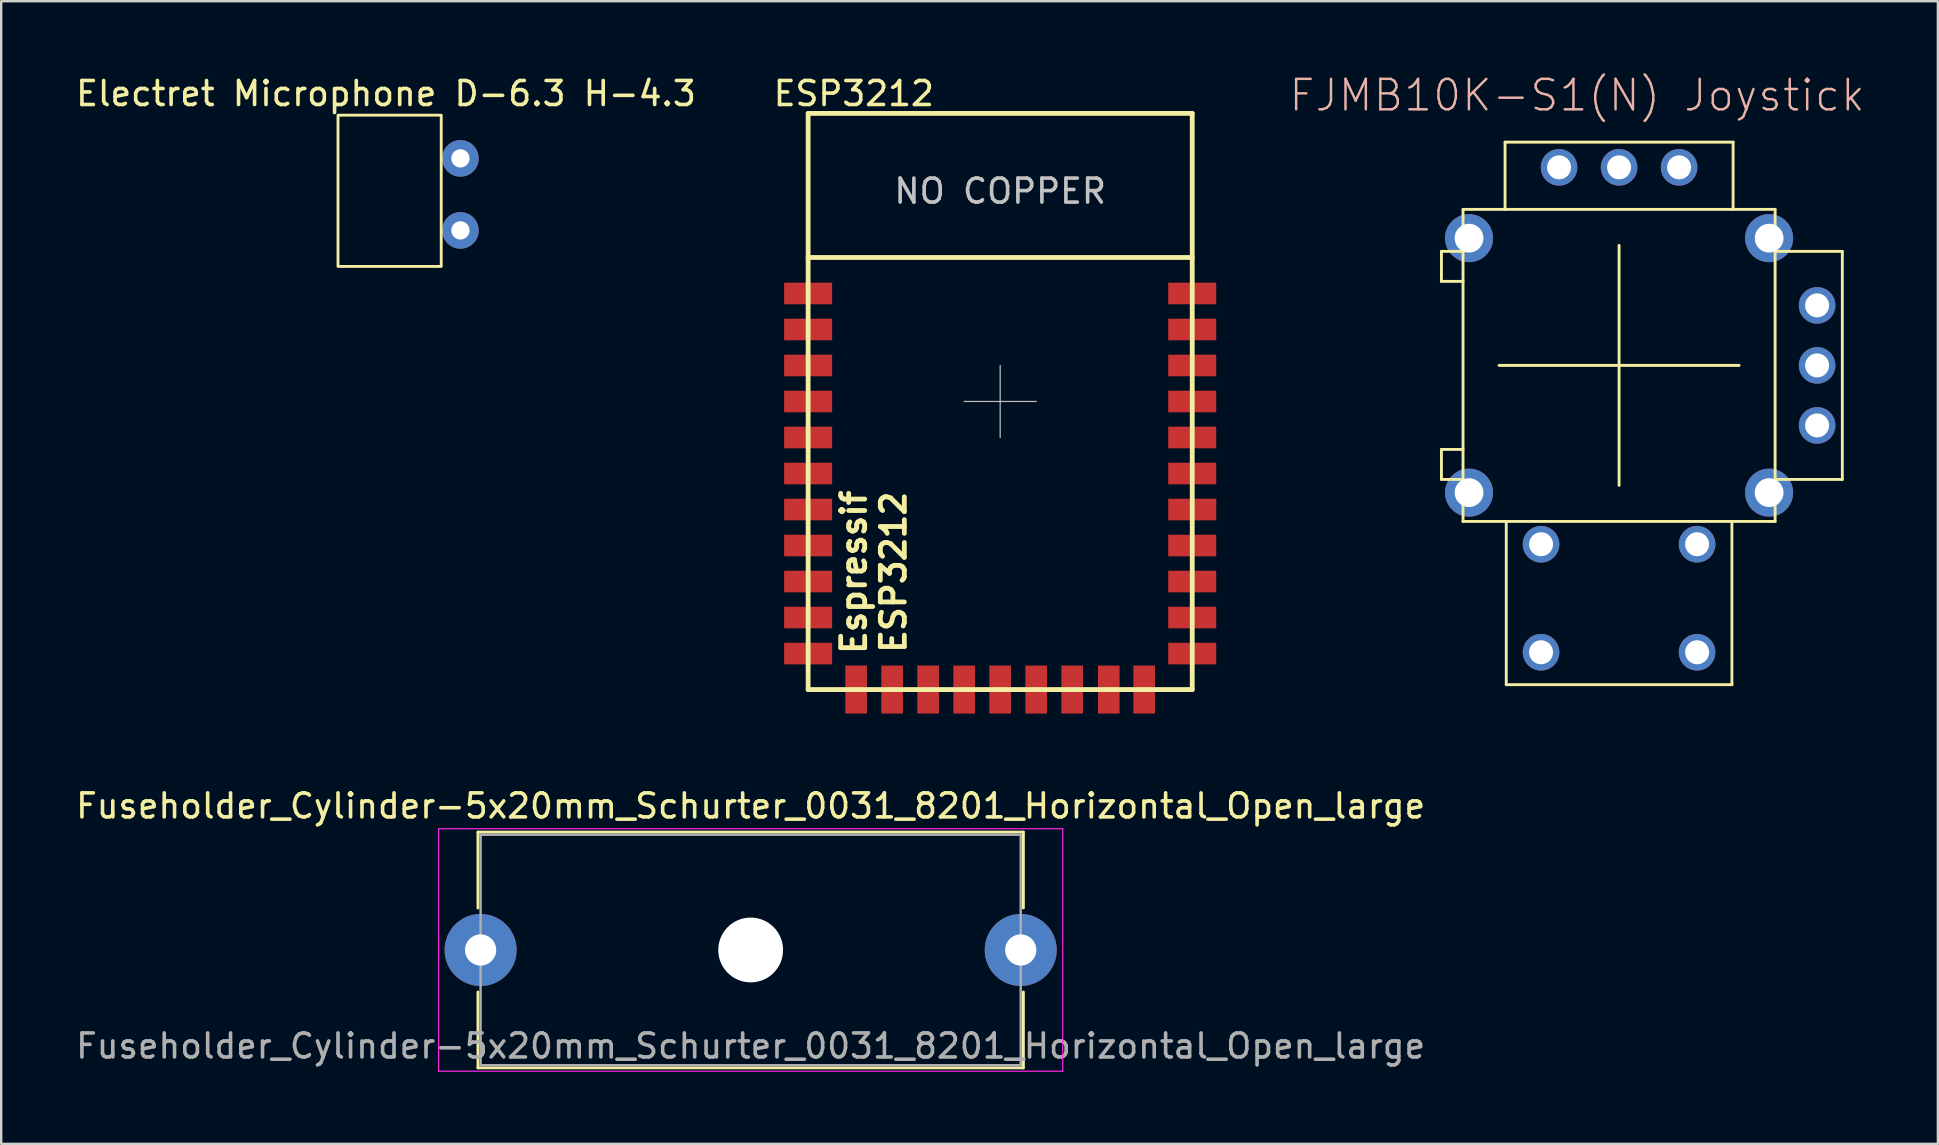
<source format=kicad_pcb>
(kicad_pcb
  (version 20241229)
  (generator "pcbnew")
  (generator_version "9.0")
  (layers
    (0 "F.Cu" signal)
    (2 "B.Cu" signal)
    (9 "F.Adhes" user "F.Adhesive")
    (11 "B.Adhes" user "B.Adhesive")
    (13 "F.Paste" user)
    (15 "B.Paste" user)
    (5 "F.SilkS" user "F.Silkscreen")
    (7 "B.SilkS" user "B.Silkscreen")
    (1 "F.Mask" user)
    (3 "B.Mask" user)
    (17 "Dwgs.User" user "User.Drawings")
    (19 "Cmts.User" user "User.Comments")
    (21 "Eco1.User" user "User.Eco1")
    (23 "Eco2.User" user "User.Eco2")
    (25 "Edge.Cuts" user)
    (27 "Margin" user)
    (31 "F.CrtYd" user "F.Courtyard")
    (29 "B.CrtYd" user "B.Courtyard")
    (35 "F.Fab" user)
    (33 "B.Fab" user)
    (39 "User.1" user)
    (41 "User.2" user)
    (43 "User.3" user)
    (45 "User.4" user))
  (footprint "ESP3212"
    (layer "F.Cu")
    (at 38.614 13.675)
    (property "Reference" "ESP3212" (at -6.096 -12.827 0) (layer "F.SilkS") (effects (font (size 1 1) (thickness 0.15))))
    (attr through_hole)
    (fp_line (start -8 -12) (end 8 -12) (stroke (width 0.2) (type solid)) (layer "F.SilkS"))
    (fp_line (start -8 -6) (end 8 -6) (stroke (width 0.2) (type solid)) (layer "F.SilkS"))
    (fp_line (start -8 12) (end -8 -12) (stroke (width 0.2) (type solid)) (layer "F.SilkS"))
    (fp_line (start 8 -12) (end 8 12) (stroke (width 0.2) (type solid)) (layer "F.SilkS"))
    (fp_line (start 8 12) (end -8 12) (stroke (width 0.2) (type solid)) (layer "F.SilkS"))
    (fp_line (start 0 -1.5) (end 0 1.5) (stroke (width 0.05) (type solid)) (layer "Dwgs.User"))
    (fp_line (start 1.5 0) (end -1.5 0) (stroke (width 0.05) (type solid)) (layer "Dwgs.User"))
    (fp_text user "ESP3212" (at -4.445 7.112 90) (layer "F.SilkS") (effects (font (size 1 1) (thickness 0.2))))
    (fp_text user "Espressif" (at -6.096 7.112 90) (layer "F.SilkS") (effects (font (size 1 1) (thickness 0.2))))
    (fp_text user "NO COPPER" (at 0 -8.763 0) (layer "Dwgs.User") (effects (font (size 1 1) (thickness 0.15))))
    (pad "2" smd rect (at -8 -3) (size 2 0.9) (layers "F.Cu" "F.Mask" "F.Paste"))
    (pad "3" smd rect (at -8 -1.5) (size 2 0.9) (layers "F.Cu" "F.Mask" "F.Paste"))
    (pad "4" smd rect (at -8 0) (size 2 0.9) (layers "F.Cu" "F.Mask" "F.Paste"))
    (pad "5" smd rect (at -8 1.5) (size 2 0.9) (layers "F.Cu" "F.Mask" "F.Paste"))
    (pad "6" smd rect (at -8 3) (size 2 0.9) (layers "F.Cu" "F.Mask" "F.Paste"))
    (pad "7" smd rect (at -8 4.5) (size 2 0.9) (layers "F.Cu" "F.Mask" "F.Paste"))
    (pad "8" smd rect (at -8 6) (size 2 0.9) (layers "F.Cu" "F.Mask" "F.Paste"))
    (pad "9" smd rect (at -8 7.5) (size 2 0.9) (layers "F.Cu" "F.Mask" "F.Paste"))
    (pad "10" smd rect (at -8 9) (size 2 0.9) (layers "F.Cu" "F.Mask" "F.Paste"))
    (pad "11" smd rect (at -8 10.5) (size 2 0.9) (layers "F.Cu" "F.Mask" "F.Paste"))
    (pad "12" smd rect (at -6 12) (size 0.9 2) (layers "F.Cu" "F.Mask" "F.Paste"))
    (pad "13" smd rect (at -4.5 12) (size 0.9 2) (layers "F.Cu" "F.Mask" "F.Paste"))
    (pad "14" smd rect (at -3 12) (size 0.9 2) (layers "F.Cu" "F.Mask" "F.Paste"))
    (pad "15" smd rect (at -1.5 12) (size 0.9 2) (layers "F.Cu" "F.Mask" "F.Paste"))
    (pad "16" smd rect (at 0 12) (size 0.9 2) (layers "F.Cu" "F.Mask" "F.Paste"))
    (pad "17" smd rect (at 1.5 12) (size 0.9 2) (layers "F.Cu" "F.Mask" "F.Paste"))
    (pad "18" smd rect (at 3 12) (size 0.9 2) (layers "F.Cu" "F.Mask" "F.Paste"))
    (pad "19" smd rect (at 4.524 12) (size 0.9 2) (layers "F.Cu" "F.Mask" "F.Paste"))
    (pad "20" smd rect (at 6 12) (size 0.9 2) (layers "F.Cu" "F.Mask" "F.Paste"))
    (pad "21" smd rect (at -8 -4.5) (size 2 0.9) (layers "F.Cu" "F.Mask" "F.Paste"))
    (pad "21" smd rect (at 8 10.5) (size 2 0.9) (layers "F.Cu" "F.Mask" "F.Paste"))
    (pad "22" smd rect (at 8 9) (size 2 0.9) (layers "F.Cu" "F.Mask" "F.Paste"))
    (pad "23" smd rect (at 8 7.5) (size 2 0.9) (layers "F.Cu" "F.Mask" "F.Paste"))
    (pad "24" smd rect (at 8 6) (size 2 0.9) (layers "F.Cu" "F.Mask" "F.Paste"))
    (pad "25" smd rect (at 8.001 4.5) (size 2 0.9) (layers "F.Cu" "F.Mask" "F.Paste"))
    (pad "26" smd rect (at 8 3) (size 2 0.9) (layers "F.Cu" "F.Mask" "F.Paste"))
    (pad "27" smd rect (at 8 1.5) (size 2 0.9) (layers "F.Cu" "F.Mask" "F.Paste"))
    (pad "28" smd rect (at 8 0) (size 2 0.9) (layers "F.Cu" "F.Mask" "F.Paste"))
    (pad "29" smd rect (at 8 -1.5) (size 2 0.9) (layers "F.Cu" "F.Mask" "F.Paste"))
    (pad "30" smd rect (at 8 -3) (size 2 0.9) (layers "F.Cu" "F.Mask" "F.Paste"))
    (pad "31" smd rect (at 8 -4.5) (size 2 0.9) (layers "F.Cu" "F.Mask" "F.Paste")))
  (footprint "FJMB10K-S1(N) Joystick"
    (layer "F.Cu")
    (at 64.395 12.171)
    (property "Reference" "FJMB10K-S1(N) Joystick" (at -1.75 -11.25 0) (layer "B.SilkS") (effects (font (size 1.27 1.27) (thickness 0.102))))
    (attr exclude_from_pos_files exclude_from_bom)
    (fp_line (start -7.4 -4.75) (end -7.4 -3.5) (stroke (width 0.12) (type default)) (layer "F.SilkS"))
    (fp_line (start -7.4 -3.5) (end -6.5 -3.5) (stroke (width 0.12) (type default)) (layer "F.SilkS"))
    (fp_line (start -7.4 3.5) (end -6.5 3.5) (stroke (width 0.12) (type default)) (layer "F.SilkS"))
    (fp_line (start -7.4 4.75) (end -7.4 3.5) (stroke (width 0.12) (type default)) (layer "F.SilkS"))
    (fp_line (start -6.5 -6.5) (end 6.5 -6.5) (stroke (width 0.12) (type default)) (layer "F.SilkS"))
    (fp_line (start -6.5 4.75) (end -7.4 4.75) (stroke (width 0.12) (type default)) (layer "F.SilkS"))
    (fp_line (start -6.5 6.5) (end -6.5 -6.5) (stroke (width 0.12) (type default)) (layer "F.SilkS"))
    (fp_line (start -6.45 -4.75) (end -7.4 -4.75) (stroke (width 0.12) (type default)) (layer "F.SilkS"))
    (fp_line (start -4.75 -9.3) (end 4.75 -9.3) (stroke (width 0.12) (type default)) (layer "F.SilkS"))
    (fp_line (start -4.75 -6.5) (end -4.75 -9.3) (stroke (width 0.12) (type default)) (layer "F.SilkS"))
    (fp_line (start -4.7 6.5) (end -4.7 13.3) (stroke (width 0.12) (type default)) (layer "F.SilkS"))
    (fp_line (start -4.7 13.3) (end 4.7 13.3) (stroke (width 0.12) (type default)) (layer "F.SilkS"))
    (fp_line (start 0 0) (end -5 0) (stroke (width 0.12) (type default)) (layer "F.SilkS"))
    (fp_line (start 0 0) (end 0 -5) (stroke (width 0.12) (type default)) (layer "F.SilkS"))
    (fp_line (start 0 0) (end 0 5) (stroke (width 0.12) (type default)) (layer "F.SilkS"))
    (fp_line (start 0 0) (end 5 0) (stroke (width 0.12) (type default)) (layer "F.SilkS"))
    (fp_line (start 4.7 13.3) (end 4.7 6.5) (stroke (width 0.12) (type default)) (layer "F.SilkS"))
    (fp_line (start 4.75 -9.3) (end 4.75 -6.5) (stroke (width 0.12) (type default)) (layer "F.SilkS"))
    (fp_line (start 6.5 -6.5) (end 6.5 6.5) (stroke (width 0.12) (type default)) (layer "F.SilkS"))
    (fp_line (start 6.5 -4.75) (end 9.3 -4.75) (stroke (width 0.12) (type default)) (layer "F.SilkS"))
    (fp_line (start 6.5 6.5) (end -6.5 6.5) (stroke (width 0.12) (type default)) (layer "F.SilkS"))
    (fp_line (start 9.3 -4.75) (end 9.3 4.75) (stroke (width 0.12) (type default)) (layer "F.SilkS"))
    (fp_line (start 9.3 4.75) (end 6.5 4.75) (stroke (width 0.12) (type default)) (layer "F.SilkS"))
    (pad "B1A" thru_hole circle (at 3.25 11.95) (size 1.524 1.524) (drill 1) (layers "*.Cu" "*.Mask"))
    (pad "B1B" thru_hole circle (at -3.25 11.95) (size 1.524 1.524) (drill 1) (layers "*.Cu" "*.Mask"))
    (pad "B2A" thru_hole circle (at 3.25 7.45) (size 1.524 1.524) (drill 1) (layers "*.Cu" "*.Mask"))
    (pad "B2B" thru_hole circle (at -3.25 7.45) (size 1.524 1.524) (drill 1) (layers "*.Cu" "*.Mask"))
    (pad "H1" thru_hole circle (at 2.5 -8.25) (size 1.524 1.524) (drill 1) (layers "*.Cu" "*.Mask"))
    (pad "H2" thru_hole circle (at 0 -8.25) (size 1.524 1.524) (drill 1) (layers "*.Cu" "*.Mask"))
    (pad "H3" thru_hole circle (at -2.5 -8.25) (size 1.524 1.524) (drill 1) (layers "*.Cu" "*.Mask"))
    (pad "MOUN" thru_hole circle (at -6.25 -5.3) (size 2 2) (drill 1.2) (layers "*.Cu" "*.Mask"))
    (pad "MOUN" thru_hole circle (at -6.25 5.3) (size 2 2) (drill 1.2) (layers "*.Cu" "*.Mask"))
    (pad "MOUN" thru_hole circle (at 6.25 -5.3) (size 2 2) (drill 1.2) (layers "*.Cu" "*.Mask"))
    (pad "MOUN" thru_hole circle (at 6.25 5.3) (size 2 2) (drill 1.2) (layers "*.Cu" "*.Mask"))
    (pad "V1" thru_hole circle (at 8.25 2.5) (size 1.524 1.524) (drill 1) (layers "*.Cu" "*.Mask"))
    (pad "V2" thru_hole circle (at 8.25 0) (size 1.524 1.524) (drill 1) (layers "*.Cu" "*.Mask"))
    (pad "V3" thru_hole circle (at 8.25 -2.5) (size 1.524 1.524) (drill 1) (layers "*.Cu" "*.Mask")))
  (footprint "Electret Microphone D-6.3 H-4.3"
    (layer "F.Cu")
    (at 16.13 6.548)
    (property "Reference" "Electret Microphone D-6.3 H-4.3" (at -3.1 -5.7 0) (layer "F.SilkS") (effects (font (size 1 1) (thickness 0.15))))
    (attr through_hole)
    (fp_rect (start -0.8 1.5) (end -5.1 -4.8) (stroke (width 0.12) (type solid)) (fill no) (layer "F.SilkS"))
    (pad "1" thru_hole circle (at 0 0) (size 1.524 1.524) (drill 0.762) (layers "*.Cu" "*.Mask"))
    (pad "2" thru_hole circle (at 0 -3) (size 1.524 1.524) (drill 0.762) (layers "*.Cu" "*.Mask")))
  (footprint "Fuseholder_Cylinder-5x20mm_Schurter_0031_8201_Horizontal_Open_large"
    (layer "F.Cu")
    (at 16.97 36.523)
    (property "Reference" "Fuseholder_Cylinder-5x20mm_Schurter_0031_8201_Horizontal_Open_large" (at 11.25 -6 0) (layer "F.SilkS") (effects (font (size 1 1) (thickness 0.15))))
    (attr through_hole)
    (fp_line (start -0.11 -4.91) (end 22.61 -4.91) (stroke (width 0.12) (type solid)) (layer "F.SilkS"))
    (fp_line (start -0.11 -1.75) (end -0.11 -4.91) (stroke (width 0.12) (type solid)) (layer "F.SilkS"))
    (fp_line (start -0.11 4.91) (end -0.11 1.75) (stroke (width 0.12) (type solid)) (layer "F.SilkS"))
    (fp_line (start -0.11 4.91) (end 22.61 4.91) (stroke (width 0.12) (type solid)) (layer "F.SilkS"))
    (fp_line (start 22.61 -1.75) (end 22.61 -4.91) (stroke (width 0.12) (type solid)) (layer "F.SilkS"))
    (fp_line (start 22.61 4.91) (end 22.61 1.75) (stroke (width 0.12) (type solid)) (layer "F.SilkS"))
    (fp_line (start -1.75 -5.05) (end 24.25 -5.05) (stroke (width 0.05) (type solid)) (layer "F.CrtYd"))
    (fp_line (start -1.75 5.05) (end -1.75 -5.05) (stroke (width 0.05) (type solid)) (layer "F.CrtYd"))
    (fp_line (start 24.25 -5.05) (end 24.25 5.05) (stroke (width 0.05) (type solid)) (layer "F.CrtYd"))
    (fp_line (start 24.25 5.05) (end -1.75 5.05) (stroke (width 0.05) (type solid)) (layer "F.CrtYd"))
    (fp_line (start 0 -4.8) (end 0 4.8) (stroke (width 0.1) (type solid)) (layer "F.Fab"))
    (fp_line (start 0 4.8) (end 22.5 4.8) (stroke (width 0.1) (type solid)) (layer "F.Fab"))
    (fp_line (start 22.5 -4.8) (end 0 -4.8) (stroke (width 0.1) (type solid)) (layer "F.Fab"))
    (fp_line (start 22.5 4.8) (end 22.5 -4.8) (stroke (width 0.1) (type solid)) (layer "F.Fab"))
    (fp_text user "${REFERENCE}" (at 11.25 4 0) (layer "F.Fab") (effects (font (size 1 1) (thickness 0.15))))
    (pad "" np_thru_hole circle (at 11.25 0) (size 2.7 2.7) (drill 2.7) (layers "*.Cu" "*.Mask"))
    (pad "1" thru_hole circle (at 0 0) (size 3 3) (drill 1.3) (layers "*.Cu" "*.Mask"))
    (pad "2" thru_hole circle (at 22.5 0) (size 3 3) (drill 1.3) (layers "*.Cu" "*.Mask")))
  (gr_rect
    (start -3 -3)
    (end 77.675 44.599)
    (stroke (width 0.1) (type default))
    (fill no)
    (layer "Edge.Cuts")))
</source>
